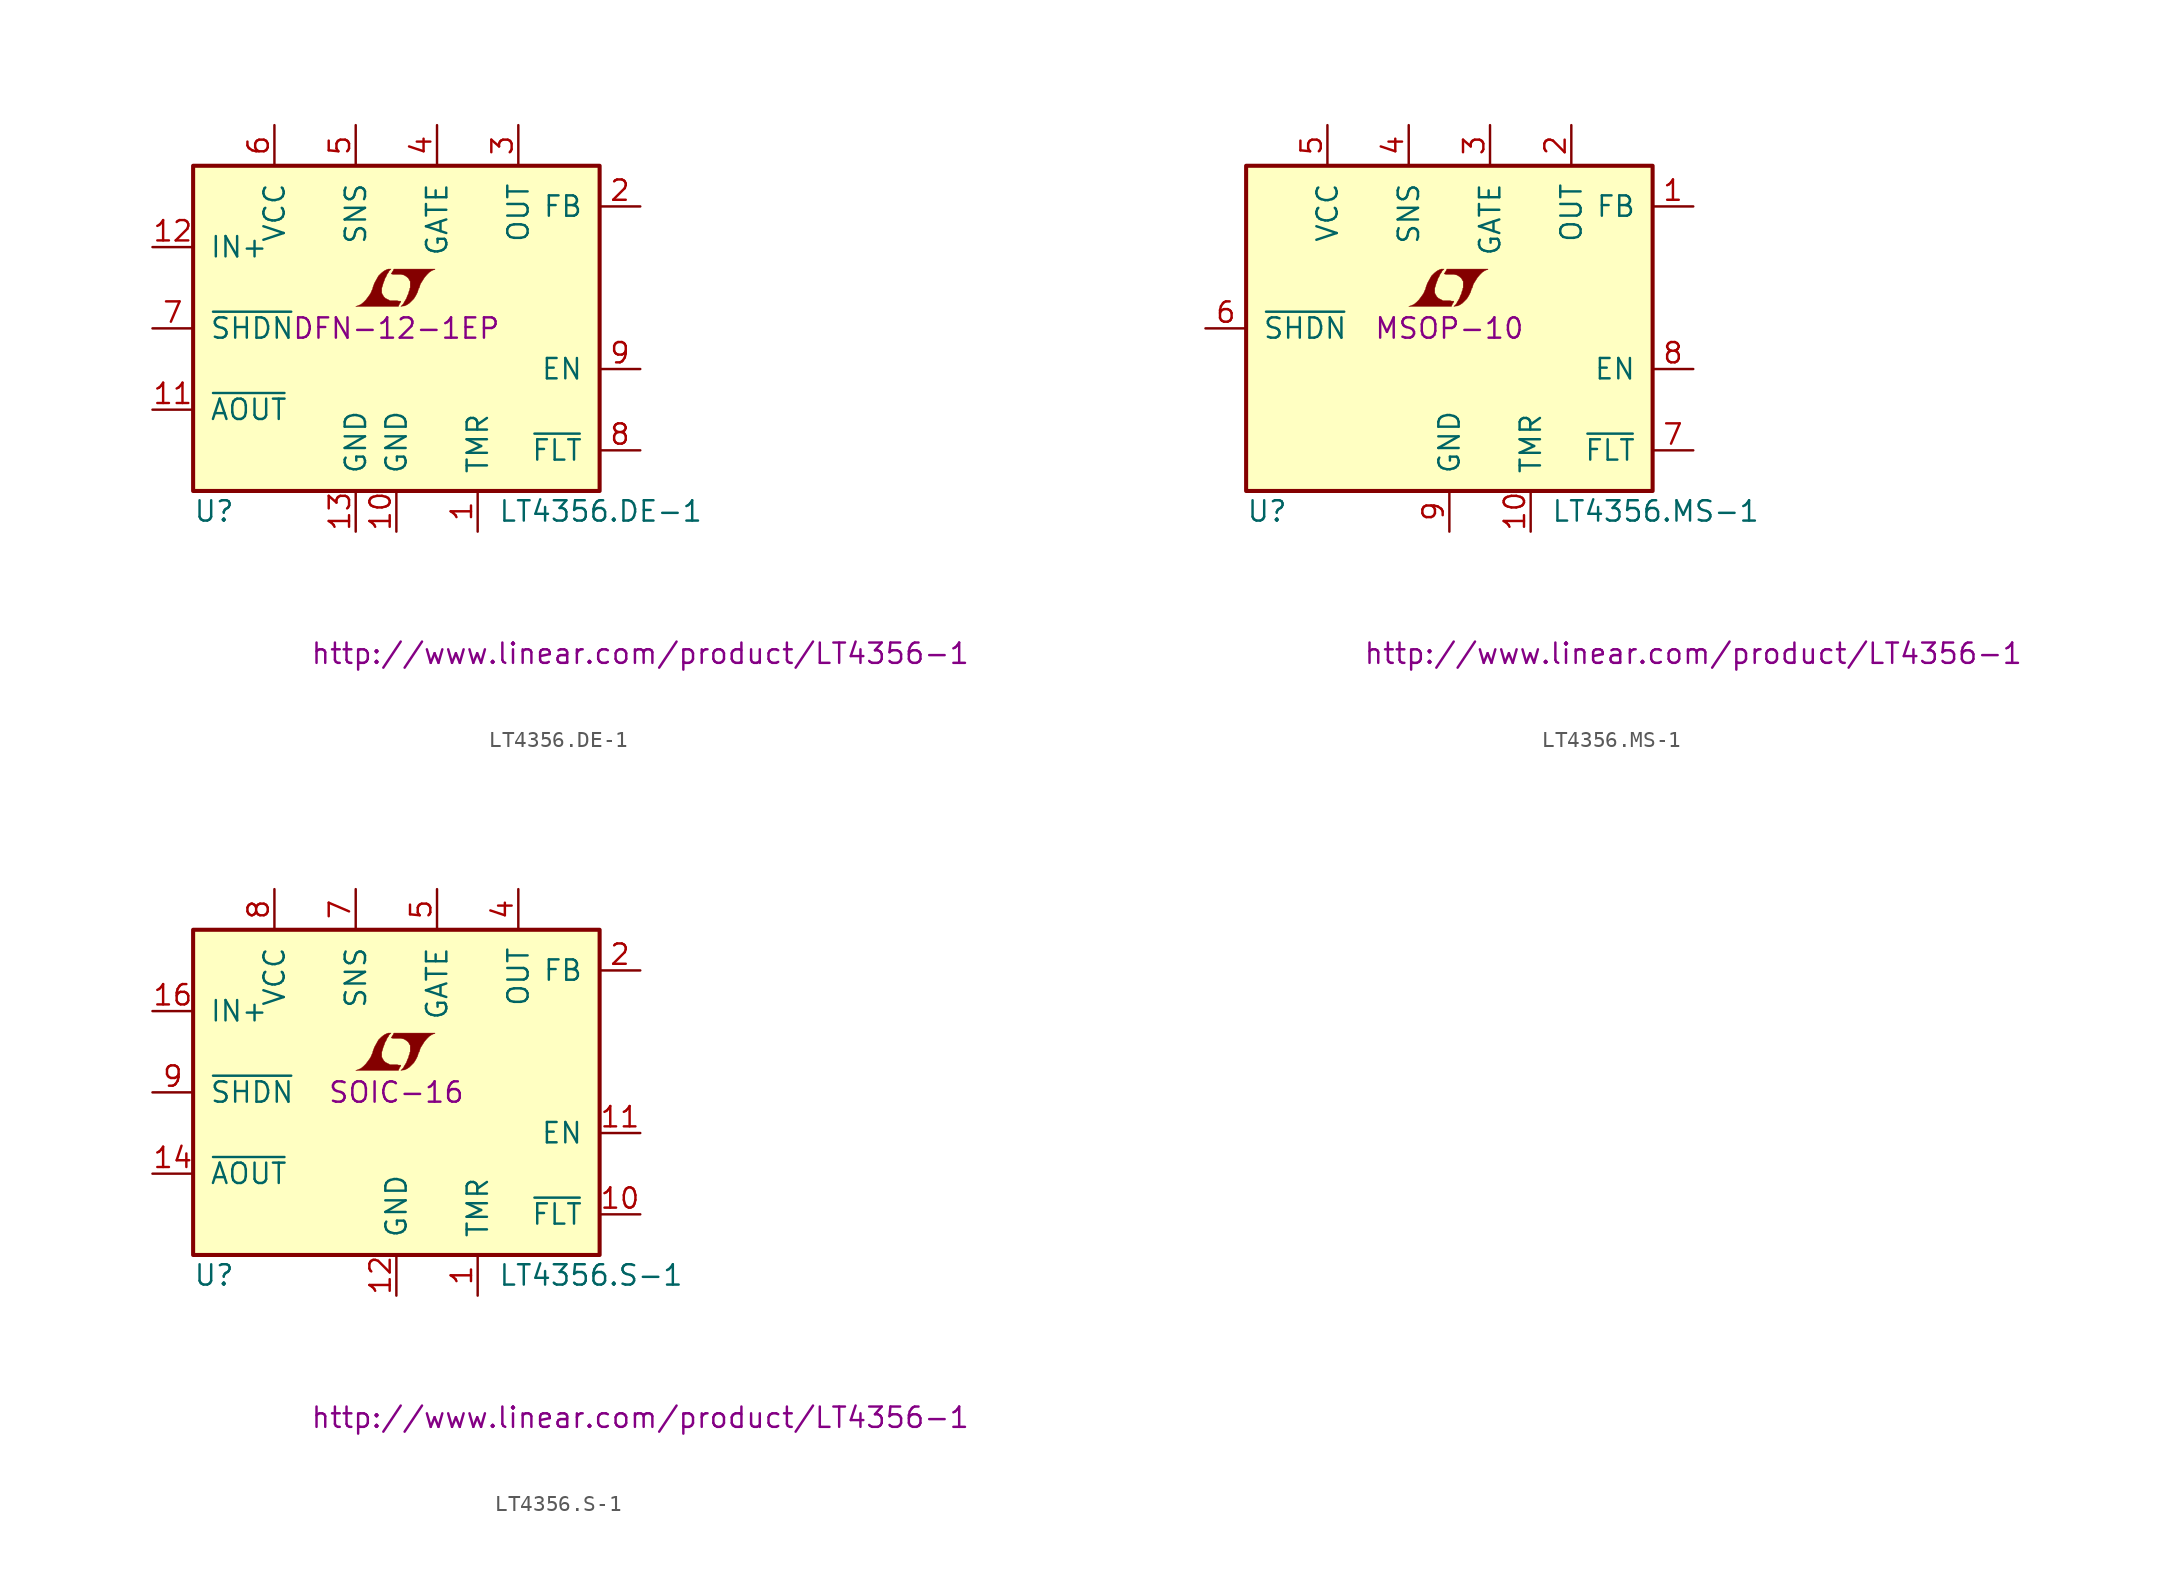
<source format=kicad_sym>
(kicad_symbol_lib
  (version 20201005)
  (generator kicad_symbol_editor)
  (symbol "LT4356.DE-1"
    (pin_names
      (offset 1.016))
    (property "Reference" "U"
      (at -12.7 -11.43 0)
      (effects (font (size 1.27 1.27)) (justify left)))
    (property "Value" "LT4356.DE-1"
      (at 6.35 -11.43 0)
      (effects (font (size 1.27 1.27)) (justify left)))
    (property "Footprint" "DFN-12-1EP"
      (at 0 0 0)
      (effects (font (size 1.27 1.27))))
    (property "Datasheet" "http://www.linear.com/product/LT4356-1"
      (at 15.24 -20.32 0)
      (effects (font (size 1.27 1.27))))
    (symbol "LT4356.DE-1_0_0"
      (polyline (pts (xy 0.203 1.549) (xy 0.229 1.575) (xy 0.279 1.676) (xy 0.279 1.702) (xy 0.152 1.702) (xy 0.051 1.727) (xy -0.406 1.727) (xy -0.432 1.753) (xy -0.686 1.88) (xy -0.787 1.981) (xy -0.864 2.108) (xy -0.914 2.21) (xy -0.914 2.515) (xy -0.864 2.667) (xy -0.838 2.769) (xy -0.813 2.845) (xy -0.762 2.972) (xy -0.711 3.124) (xy -0.635 3.251) (xy -0.584 3.378) (xy -0.508 3.48) (xy -0.457 3.581) (xy -0.33 3.708) (xy -0.508 3.708) (xy -0.635 3.658) (xy -0.737 3.607) (xy -0.813 3.556) (xy -0.94 3.454) (xy -1.118 3.277) (xy -1.372 2.819) (xy -1.473 2.54) (xy -1.473 2.489) (xy -1.524 2.388) (xy -1.575 2.261) (xy -1.626 2.159) (xy -1.753 1.981) (xy -1.905 1.778) (xy -2.057 1.626) (xy -2.21 1.499) (xy -2.388 1.422) (xy -2.54 1.372) (xy 0.127 1.372) (xy 0.203 1.549)) (stroke (width 0.025)) (fill (type outline)))
      (polyline (pts (xy 0.406 1.397) (xy 0.483 1.397) (xy 0.66 1.473) (xy 0.813 1.575) (xy 1.092 1.854) (xy 1.219 2.057) (xy 1.321 2.261) (xy 1.397 2.515) (xy 1.422 2.515) (xy 1.499 2.769) (xy 1.753 3.175) (xy 1.905 3.353) (xy 2.057 3.505) (xy 2.21 3.607) (xy 2.388 3.683) (xy 2.413 3.683) (xy 2.413 3.708) (xy -0.152 3.708) (xy -0.229 3.556) (xy -0.254 3.531) (xy -0.305 3.429) (xy -0.33 3.404) (xy -0.279 3.404) (xy -0.229 3.378) (xy 0.305 3.378) (xy 0.356 3.353) (xy 0.406 3.353) (xy 0.483 3.327) (xy 0.61 3.251) (xy 0.737 3.15) (xy 0.813 3.023) (xy 0.838 2.972) (xy 0.864 2.946) (xy 0.864 2.54) (xy 0.838 2.489) (xy 0.838 2.413) (xy 0.787 2.311) (xy 0.762 2.184) (xy 0.686 2.032) (xy 0.635 1.88) (xy 0.483 1.626) (xy 0.432 1.524) (xy 0.279 1.372) (xy 0.406 1.397)) (stroke (width 0.025)) (fill (type outline))))
    (symbol "LT4356.DE-1_0_1"
      (rectangle (start -12.7 10.16) (end 12.7 -10.16) (stroke (width 0.254)) (fill (type background))))
    (symbol "LT4356.DE-1_1_1"
      (pin passive line (at 5.08 -12.7 90) (length 2.54) (name "TMR" (effects (font (size 1.27 1.27)))) (number "1" (effects (font (size 1.27 1.27)))))
      (pin passive line (at 15.24 7.62 180) (length 2.54) (name "FB" (effects (font (size 1.27 1.27)))) (number "2" (effects (font (size 1.27 1.27)))))
      (pin passive line (at 7.62 12.7 270) (length 2.54) (name "OUT" (effects (font (size 1.27 1.27)))) (number "3" (effects (font (size 1.27 1.27)))))
      (pin input line (at 2.54 12.7 270) (length 2.54) (name "GATE" (effects (font (size 1.27 1.27)))) (number "4" (effects (font (size 1.27 1.27)))))
      (pin passive line (at -2.54 12.7 270) (length 2.54) (name "SNS" (effects (font (size 1.27 1.27)))) (number "5" (effects (font (size 1.27 1.27)))))
      (pin power_in line (at -7.62 12.7 270) (length 2.54) (name "VCC" (effects (font (size 1.27 1.27)))) (number "6" (effects (font (size 1.27 1.27)))))
      (pin input line (at -15.24 0 0) (length 2.54) (name "~SHDN~" (effects (font (size 1.27 1.27)))) (number "7" (effects (font (size 1.27 1.27)))))
      (pin open_collector line (at 15.24 -7.62 180) (length 2.54) (name "~FLT~" (effects (font (size 1.27 1.27)))) (number "8" (effects (font (size 1.27 1.27)))))
      (pin output line (at 15.24 -2.54 180) (length 2.54) (name "EN" (effects (font (size 1.27 1.27)))) (number "9" (effects (font (size 1.27 1.27)))))
      (pin power_in line (at 0 -12.7 90) (length 2.54) (name "GND" (effects (font (size 1.27 1.27)))) (number "10" (effects (font (size 1.27 1.27)))))
      (pin open_collector line (at -15.24 -5.08 0) (length 2.54) (name "~AOUT~" (effects (font (size 1.27 1.27)))) (number "11" (effects (font (size 1.27 1.27)))))
      (pin input line (at -15.24 5.08 0) (length 2.54) (name "IN+" (effects (font (size 1.27 1.27)))) (number "12" (effects (font (size 1.27 1.27)))))
      (pin power_in line (at -2.54 -12.7 90) (length 2.54) (name "GND" (effects (font (size 1.27 1.27)))) (number "13" (effects (font (size 1.27 1.27)))))))
  (symbol "LT4356.MS-1"
    (pin_names
      (offset 1.016))
    (property "Reference" "U"
      (at -12.7 -11.43 0)
      (effects (font (size 1.27 1.27)) (justify left)))
    (property "Value" "LT4356.MS-1"
      (at 6.35 -11.43 0)
      (effects (font (size 1.27 1.27)) (justify left)))
    (property "Footprint" "MSOP-10"
      (at 0 0 0)
      (effects (font (size 1.27 1.27))))
    (property "Datasheet" "http://www.linear.com/product/LT4356-1"
      (at 15.24 -20.32 0)
      (effects (font (size 1.27 1.27))))
    (symbol "LT4356.MS-1_0_0"
      (polyline (pts (xy 0.203 1.549) (xy 0.229 1.575) (xy 0.279 1.676) (xy 0.279 1.702) (xy 0.152 1.702) (xy 0.051 1.727) (xy -0.406 1.727) (xy -0.432 1.753) (xy -0.686 1.88) (xy -0.787 1.981) (xy -0.864 2.108) (xy -0.914 2.21) (xy -0.914 2.515) (xy -0.864 2.667) (xy -0.838 2.769) (xy -0.813 2.845) (xy -0.762 2.972) (xy -0.711 3.124) (xy -0.635 3.251) (xy -0.584 3.378) (xy -0.508 3.48) (xy -0.457 3.581) (xy -0.33 3.708) (xy -0.508 3.708) (xy -0.635 3.658) (xy -0.737 3.607) (xy -0.813 3.556) (xy -0.94 3.454) (xy -1.118 3.277) (xy -1.372 2.819) (xy -1.473 2.54) (xy -1.473 2.489) (xy -1.524 2.388) (xy -1.575 2.261) (xy -1.626 2.159) (xy -1.753 1.981) (xy -1.905 1.778) (xy -2.057 1.626) (xy -2.21 1.499) (xy -2.388 1.422) (xy -2.54 1.372) (xy 0.127 1.372) (xy 0.203 1.549)) (stroke (width 0.025)) (fill (type outline)))
      (polyline (pts (xy 0.406 1.397) (xy 0.483 1.397) (xy 0.66 1.473) (xy 0.813 1.575) (xy 1.092 1.854) (xy 1.219 2.057) (xy 1.321 2.261) (xy 1.397 2.515) (xy 1.422 2.515) (xy 1.499 2.769) (xy 1.753 3.175) (xy 1.905 3.353) (xy 2.057 3.505) (xy 2.21 3.607) (xy 2.388 3.683) (xy 2.413 3.683) (xy 2.413 3.708) (xy -0.152 3.708) (xy -0.229 3.556) (xy -0.254 3.531) (xy -0.305 3.429) (xy -0.33 3.404) (xy -0.279 3.404) (xy -0.229 3.378) (xy 0.305 3.378) (xy 0.356 3.353) (xy 0.406 3.353) (xy 0.483 3.327) (xy 0.61 3.251) (xy 0.737 3.15) (xy 0.813 3.023) (xy 0.838 2.972) (xy 0.864 2.946) (xy 0.864 2.54) (xy 0.838 2.489) (xy 0.838 2.413) (xy 0.787 2.311) (xy 0.762 2.184) (xy 0.686 2.032) (xy 0.635 1.88) (xy 0.483 1.626) (xy 0.432 1.524) (xy 0.279 1.372) (xy 0.406 1.397)) (stroke (width 0.025)) (fill (type outline))))
    (symbol "LT4356.MS-1_0_1"
      (rectangle (start -12.7 10.16) (end 12.7 -10.16) (stroke (width 0.254)) (fill (type background))))
    (symbol "LT4356.MS-1_1_1"
      (pin passive line (at 15.24 7.62 180) (length 2.54) (name "FB" (effects (font (size 1.27 1.27)))) (number "1" (effects (font (size 1.27 1.27)))))
      (pin passive line (at 7.62 12.7 270) (length 2.54) (name "OUT" (effects (font (size 1.27 1.27)))) (number "2" (effects (font (size 1.27 1.27)))))
      (pin input line (at 2.54 12.7 270) (length 2.54) (name "GATE" (effects (font (size 1.27 1.27)))) (number "3" (effects (font (size 1.27 1.27)))))
      (pin passive line (at -2.54 12.7 270) (length 2.54) (name "SNS" (effects (font (size 1.27 1.27)))) (number "4" (effects (font (size 1.27 1.27)))))
      (pin power_in line (at -7.62 12.7 270) (length 2.54) (name "VCC" (effects (font (size 1.27 1.27)))) (number "5" (effects (font (size 1.27 1.27)))))
      (pin input line (at -15.24 0 0) (length 2.54) (name "~SHDN~" (effects (font (size 1.27 1.27)))) (number "6" (effects (font (size 1.27 1.27)))))
      (pin open_collector line (at 15.24 -7.62 180) (length 2.54) (name "~FLT~" (effects (font (size 1.27 1.27)))) (number "7" (effects (font (size 1.27 1.27)))))
      (pin output line (at 15.24 -2.54 180) (length 2.54) (name "EN" (effects (font (size 1.27 1.27)))) (number "8" (effects (font (size 1.27 1.27)))))
      (pin power_in line (at 0 -12.7 90) (length 2.54) (name "GND" (effects (font (size 1.27 1.27)))) (number "9" (effects (font (size 1.27 1.27)))))
      (pin passive line (at 5.08 -12.7 90) (length 2.54) (name "TMR" (effects (font (size 1.27 1.27)))) (number "10" (effects (font (size 1.27 1.27)))))))
  (symbol "LT4356.S-1"
    (pin_names
      (offset 1.016))
    (property "Reference" "U"
      (at -12.7 -11.43 0)
      (effects (font (size 1.27 1.27)) (justify left)))
    (property "Value" "LT4356.S-1"
      (at 6.35 -11.43 0)
      (effects (font (size 1.27 1.27)) (justify left)))
    (property "Footprint" "SOIC-16"
      (at 0 0 0)
      (effects (font (size 1.27 1.27))))
    (property "Datasheet" "http://www.linear.com/product/LT4356-1"
      (at 15.24 -20.32 0)
      (effects (font (size 1.27 1.27))))
    (symbol "LT4356.S-1_0_0"
      (polyline (pts (xy 0.203 1.549) (xy 0.229 1.575) (xy 0.279 1.676) (xy 0.279 1.702) (xy 0.152 1.702) (xy 0.051 1.727) (xy -0.406 1.727) (xy -0.432 1.753) (xy -0.686 1.88) (xy -0.787 1.981) (xy -0.864 2.108) (xy -0.914 2.21) (xy -0.914 2.515) (xy -0.864 2.667) (xy -0.838 2.769) (xy -0.813 2.845) (xy -0.762 2.972) (xy -0.711 3.124) (xy -0.635 3.251) (xy -0.584 3.378) (xy -0.508 3.48) (xy -0.457 3.581) (xy -0.33 3.708) (xy -0.508 3.708) (xy -0.635 3.658) (xy -0.737 3.607) (xy -0.813 3.556) (xy -0.94 3.454) (xy -1.118 3.277) (xy -1.372 2.819) (xy -1.473 2.54) (xy -1.473 2.489) (xy -1.524 2.388) (xy -1.575 2.261) (xy -1.626 2.159) (xy -1.753 1.981) (xy -1.905 1.778) (xy -2.057 1.626) (xy -2.21 1.499) (xy -2.388 1.422) (xy -2.54 1.372) (xy 0.127 1.372) (xy 0.203 1.549)) (stroke (width 0.025)) (fill (type outline)))
      (polyline (pts (xy 0.406 1.397) (xy 0.483 1.397) (xy 0.66 1.473) (xy 0.813 1.575) (xy 1.092 1.854) (xy 1.219 2.057) (xy 1.321 2.261) (xy 1.397 2.515) (xy 1.422 2.515) (xy 1.499 2.769) (xy 1.753 3.175) (xy 1.905 3.353) (xy 2.057 3.505) (xy 2.21 3.607) (xy 2.388 3.683) (xy 2.413 3.683) (xy 2.413 3.708) (xy -0.152 3.708) (xy -0.229 3.556) (xy -0.254 3.531) (xy -0.305 3.429) (xy -0.33 3.404) (xy -0.279 3.404) (xy -0.229 3.378) (xy 0.305 3.378) (xy 0.356 3.353) (xy 0.406 3.353) (xy 0.483 3.327) (xy 0.61 3.251) (xy 0.737 3.15) (xy 0.813 3.023) (xy 0.838 2.972) (xy 0.864 2.946) (xy 0.864 2.54) (xy 0.838 2.489) (xy 0.838 2.413) (xy 0.787 2.311) (xy 0.762 2.184) (xy 0.686 2.032) (xy 0.635 1.88) (xy 0.483 1.626) (xy 0.432 1.524) (xy 0.279 1.372) (xy 0.406 1.397)) (stroke (width 0.025)) (fill (type outline))))
    (symbol "LT4356.S-1_0_1"
      (rectangle (start -12.7 10.16) (end 12.7 -10.16) (stroke (width 0.254)) (fill (type background))))
    (symbol "LT4356.S-1_1_1"
      (pin passive line (at 5.08 -12.7 90) (length 2.54) (name "TMR" (effects (font (size 1.27 1.27)))) (number "1" (effects (font (size 1.27 1.27)))))
      (pin passive line (at 15.24 7.62 180) (length 2.54) (name "FB" (effects (font (size 1.27 1.27)))) (number "2" (effects (font (size 1.27 1.27)))))
      (pin unconnected line (at -10.16 -12.7 90) (length 2.54) hide (name "NC" (effects (font (size 1.27 1.27)))) (number "3" (effects (font (size 1.27 1.27)))))
      (pin passive line (at 7.62 12.7 270) (length 2.54) (name "OUT" (effects (font (size 1.27 1.27)))) (number "4" (effects (font (size 1.27 1.27)))))
      (pin input line (at 2.54 12.7 270) (length 2.54) (name "GATE" (effects (font (size 1.27 1.27)))) (number "5" (effects (font (size 1.27 1.27)))))
      (pin unconnected line (at -7.62 -12.7 90) (length 2.54) hide (name "NC" (effects (font (size 1.27 1.27)))) (number "6" (effects (font (size 1.27 1.27)))))
      (pin passive line (at -2.54 12.7 270) (length 2.54) (name "SNS" (effects (font (size 1.27 1.27)))) (number "7" (effects (font (size 1.27 1.27)))))
      (pin power_in line (at -7.62 12.7 270) (length 2.54) (name "VCC" (effects (font (size 1.27 1.27)))) (number "8" (effects (font (size 1.27 1.27)))))
      (pin input line (at -15.24 0 0) (length 2.54) (name "~SHDN~" (effects (font (size 1.27 1.27)))) (number "9" (effects (font (size 1.27 1.27)))))
      (pin open_collector line (at 15.24 -7.62 180) (length 2.54) (name "~FLT~" (effects (font (size 1.27 1.27)))) (number "10" (effects (font (size 1.27 1.27)))))
      (pin output line (at 15.24 -2.54 180) (length 2.54) (name "EN" (effects (font (size 1.27 1.27)))) (number "11" (effects (font (size 1.27 1.27)))))
      (pin power_in line (at 0 -12.7 90) (length 2.54) (name "GND" (effects (font (size 1.27 1.27)))) (number "12" (effects (font (size 1.27 1.27)))))
      (pin unconnected line (at -5.08 -12.7 90) (length 2.54) hide (name "NC" (effects (font (size 1.27 1.27)))) (number "13" (effects (font (size 1.27 1.27)))))
      (pin open_collector line (at -15.24 -5.08 0) (length 2.54) (name "~AOUT~" (effects (font (size 1.27 1.27)))) (number "14" (effects (font (size 1.27 1.27)))))
      (pin unconnected line (at -2.54 -12.7 90) (length 2.54) hide (name "NC" (effects (font (size 1.27 1.27)))) (number "15" (effects (font (size 1.27 1.27)))))
      (pin input line (at -15.24 5.08 0) (length 2.54) (name "IN+" (effects (font (size 1.27 1.27)))) (number "16" (effects (font (size 1.27 1.27))))))))
</source>
